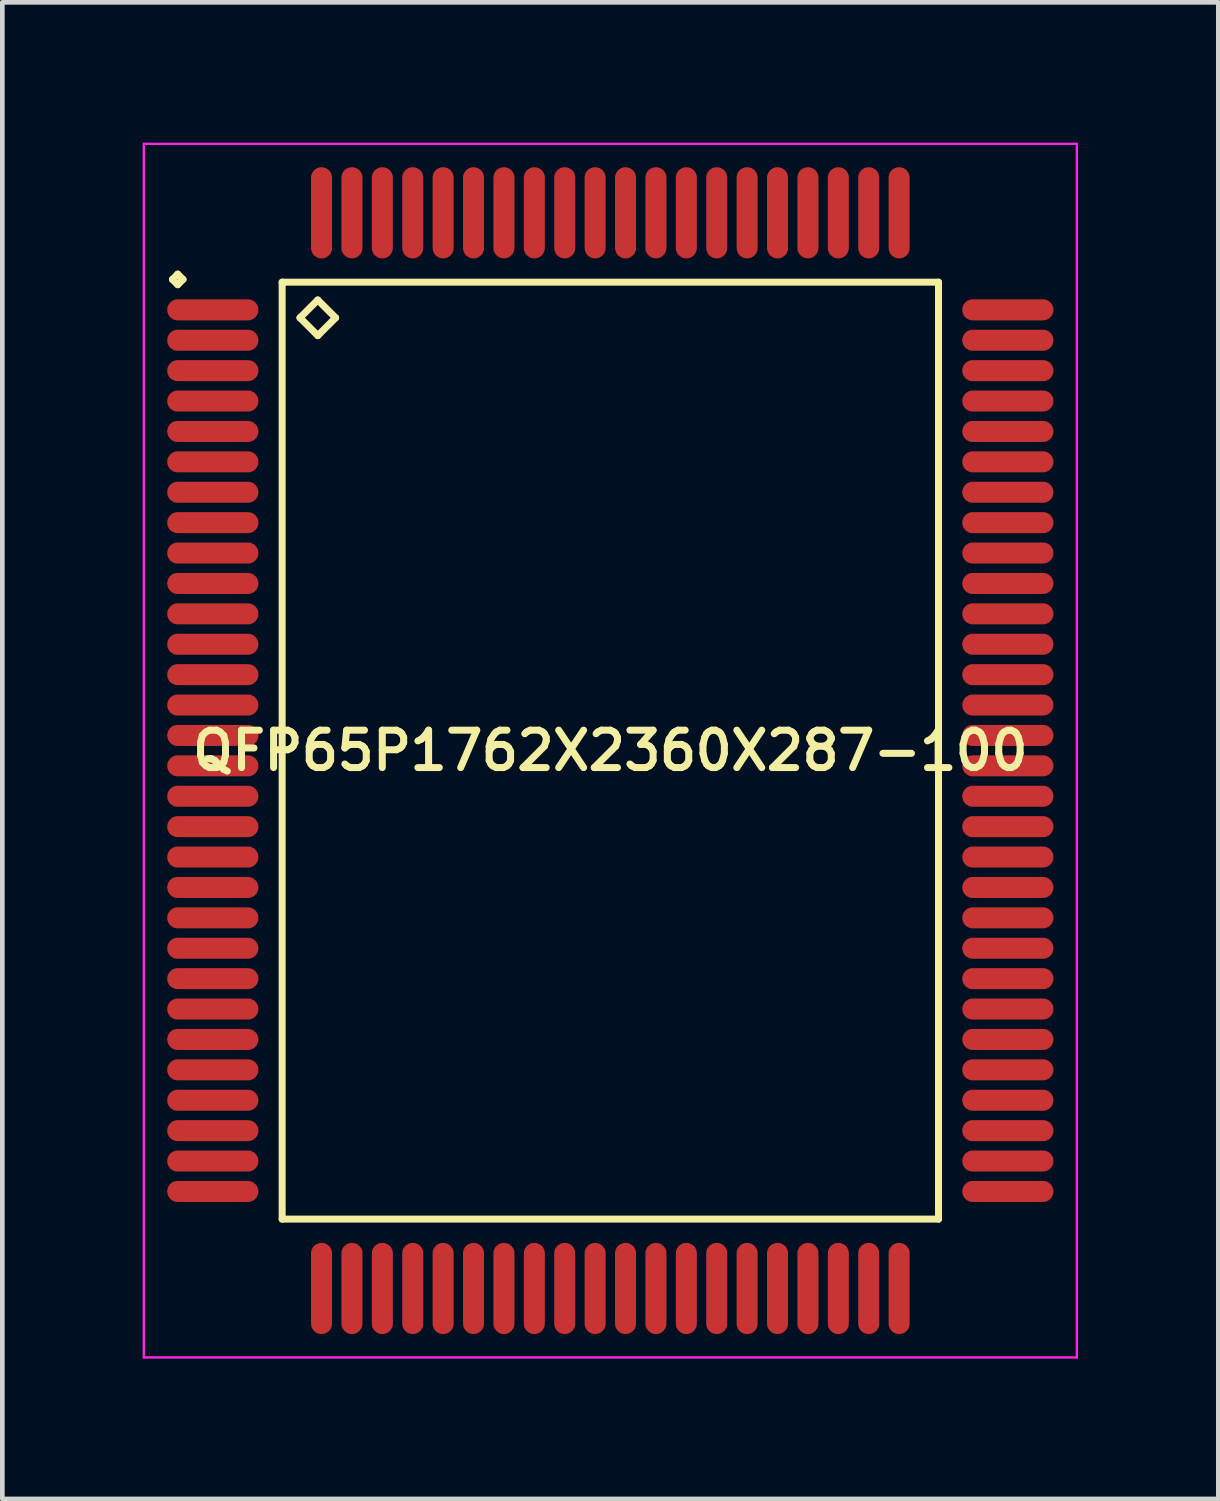
<source format=kicad_pcb>
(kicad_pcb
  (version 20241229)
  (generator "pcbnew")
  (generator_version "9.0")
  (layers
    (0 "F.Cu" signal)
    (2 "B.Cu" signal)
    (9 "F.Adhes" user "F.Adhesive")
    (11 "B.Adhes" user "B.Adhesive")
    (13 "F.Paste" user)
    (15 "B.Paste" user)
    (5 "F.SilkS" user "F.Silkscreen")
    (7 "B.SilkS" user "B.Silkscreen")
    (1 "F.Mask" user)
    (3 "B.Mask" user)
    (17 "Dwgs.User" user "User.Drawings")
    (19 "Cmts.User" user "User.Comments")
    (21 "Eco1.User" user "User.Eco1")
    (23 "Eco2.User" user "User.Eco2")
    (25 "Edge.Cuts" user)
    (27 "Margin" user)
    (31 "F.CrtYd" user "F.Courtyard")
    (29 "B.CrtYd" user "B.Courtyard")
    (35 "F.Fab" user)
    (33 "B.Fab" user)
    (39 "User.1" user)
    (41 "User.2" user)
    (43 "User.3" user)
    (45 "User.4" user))
  (footprint "QFP65P1762X2360X287-100"
    (layer "F.Cu")
    (at 10 13)
    (property "Reference" "QFP65P1762X2360X287-100" (at 0 0 0) (layer "F.SilkS") (effects (font (size 0.8 0.8) (thickness 0.15))))
    (attr smd)
    (fp_line (start -9.363 -10.075) (end -9.25 -10.188) (stroke (width 0.15) (type solid)) (layer "F.SilkS"))
    (fp_line (start -9.25 -10.188) (end -9.137 -10.075) (stroke (width 0.15) (type solid)) (layer "F.SilkS"))
    (fp_line (start -9.25 -9.963) (end -9.363 -10.075) (stroke (width 0.15) (type solid)) (layer "F.SilkS"))
    (fp_line (start -9.137 -10.075) (end -9.25 -9.963) (stroke (width 0.15) (type solid)) (layer "F.SilkS"))
    (fp_line (start -7.017 -10.017) (end -7.017 10.017) (stroke (width 0.15) (type solid)) (layer "F.SilkS"))
    (fp_line (start -7.017 10.017) (end 7.017 10.017) (stroke (width 0.15) (type solid)) (layer "F.SilkS"))
    (fp_line (start -6.636 -9.255) (end -6.255 -9.636) (stroke (width 0.15) (type solid)) (layer "F.SilkS"))
    (fp_line (start -6.255 -9.636) (end -5.874 -9.255) (stroke (width 0.15) (type solid)) (layer "F.SilkS"))
    (fp_line (start -6.255 -8.874) (end -6.636 -9.255) (stroke (width 0.15) (type solid)) (layer "F.SilkS"))
    (fp_line (start -5.874 -9.255) (end -6.255 -8.874) (stroke (width 0.15) (type solid)) (layer "F.SilkS"))
    (fp_line (start 7.017 -10.017) (end -7.017 -10.017) (stroke (width 0.15) (type solid)) (layer "F.SilkS"))
    (fp_line (start 7.017 10.017) (end 7.017 -10.017) (stroke (width 0.15) (type solid)) (layer "F.SilkS"))
    (fp_line (start -9.975 -12.975) (end 9.975 -12.975) (stroke (width 0.05) (type solid)) (layer "F.CrtYd"))
    (fp_line (start -9.975 12.975) (end -9.975 -12.975) (stroke (width 0.05) (type solid)) (layer "F.CrtYd"))
    (fp_line (start 9.975 -12.975) (end 9.975 12.975) (stroke (width 0.05) (type solid)) (layer "F.CrtYd"))
    (fp_line (start 9.975 12.975) (end -9.975 12.975) (stroke (width 0.05) (type solid)) (layer "F.CrtYd"))
    (pad "1" smd oval (at -8.5 -9.425) (size 1.95 0.45) (layers "F.Cu" "F.Mask" "F.Paste"))
    (pad "2" smd oval (at -8.5 -8.775) (size 1.95 0.45) (layers "F.Cu" "F.Mask" "F.Paste"))
    (pad "3" smd oval (at -8.5 -8.125) (size 1.95 0.45) (layers "F.Cu" "F.Mask" "F.Paste"))
    (pad "4" smd oval (at -8.5 -7.475) (size 1.95 0.45) (layers "F.Cu" "F.Mask" "F.Paste"))
    (pad "5" smd oval (at -8.5 -6.825) (size 1.95 0.45) (layers "F.Cu" "F.Mask" "F.Paste"))
    (pad "6" smd oval (at -8.5 -6.175) (size 1.95 0.45) (layers "F.Cu" "F.Mask" "F.Paste"))
    (pad "7" smd oval (at -8.5 -5.525) (size 1.95 0.45) (layers "F.Cu" "F.Mask" "F.Paste"))
    (pad "8" smd oval (at -8.5 -4.875) (size 1.95 0.45) (layers "F.Cu" "F.Mask" "F.Paste"))
    (pad "9" smd oval (at -8.5 -4.225) (size 1.95 0.45) (layers "F.Cu" "F.Mask" "F.Paste"))
    (pad "10" smd oval (at -8.5 -3.575) (size 1.95 0.45) (layers "F.Cu" "F.Mask" "F.Paste"))
    (pad "11" smd oval (at -8.5 -2.925) (size 1.95 0.45) (layers "F.Cu" "F.Mask" "F.Paste"))
    (pad "12" smd oval (at -8.5 -2.275) (size 1.95 0.45) (layers "F.Cu" "F.Mask" "F.Paste"))
    (pad "13" smd oval (at -8.5 -1.625) (size 1.95 0.45) (layers "F.Cu" "F.Mask" "F.Paste"))
    (pad "14" smd oval (at -8.5 -0.975) (size 1.95 0.45) (layers "F.Cu" "F.Mask" "F.Paste"))
    (pad "15" smd oval (at -8.5 -0.325) (size 1.95 0.45) (layers "F.Cu" "F.Mask" "F.Paste"))
    (pad "16" smd oval (at -8.5 0.325) (size 1.95 0.45) (layers "F.Cu" "F.Mask" "F.Paste"))
    (pad "17" smd oval (at -8.5 0.975) (size 1.95 0.45) (layers "F.Cu" "F.Mask" "F.Paste"))
    (pad "18" smd oval (at -8.5 1.625) (size 1.95 0.45) (layers "F.Cu" "F.Mask" "F.Paste"))
    (pad "19" smd oval (at -8.5 2.275) (size 1.95 0.45) (layers "F.Cu" "F.Mask" "F.Paste"))
    (pad "20" smd oval (at -8.5 2.925) (size 1.95 0.45) (layers "F.Cu" "F.Mask" "F.Paste"))
    (pad "21" smd oval (at -8.5 3.575) (size 1.95 0.45) (layers "F.Cu" "F.Mask" "F.Paste"))
    (pad "22" smd oval (at -8.5 4.225) (size 1.95 0.45) (layers "F.Cu" "F.Mask" "F.Paste"))
    (pad "23" smd oval (at -8.5 4.875) (size 1.95 0.45) (layers "F.Cu" "F.Mask" "F.Paste"))
    (pad "24" smd oval (at -8.5 5.525) (size 1.95 0.45) (layers "F.Cu" "F.Mask" "F.Paste"))
    (pad "25" smd oval (at -8.5 6.175) (size 1.95 0.45) (layers "F.Cu" "F.Mask" "F.Paste"))
    (pad "26" smd oval (at -8.5 6.825) (size 1.95 0.45) (layers "F.Cu" "F.Mask" "F.Paste"))
    (pad "27" smd oval (at -8.5 7.475) (size 1.95 0.45) (layers "F.Cu" "F.Mask" "F.Paste"))
    (pad "28" smd oval (at -8.5 8.125) (size 1.95 0.45) (layers "F.Cu" "F.Mask" "F.Paste"))
    (pad "29" smd oval (at -8.5 8.775) (size 1.95 0.45) (layers "F.Cu" "F.Mask" "F.Paste"))
    (pad "30" smd oval (at -8.5 9.425) (size 1.95 0.45) (layers "F.Cu" "F.Mask" "F.Paste"))
    (pad "31" smd oval (at -6.175 11.5) (size 0.45 1.95) (layers "F.Cu" "F.Mask" "F.Paste"))
    (pad "32" smd oval (at -5.525 11.5) (size 0.45 1.95) (layers "F.Cu" "F.Mask" "F.Paste"))
    (pad "33" smd oval (at -4.875 11.5) (size 0.45 1.95) (layers "F.Cu" "F.Mask" "F.Paste"))
    (pad "34" smd oval (at -4.225 11.5) (size 0.45 1.95) (layers "F.Cu" "F.Mask" "F.Paste"))
    (pad "35" smd oval (at -3.575 11.5) (size 0.45 1.95) (layers "F.Cu" "F.Mask" "F.Paste"))
    (pad "36" smd oval (at -2.925 11.5) (size 0.45 1.95) (layers "F.Cu" "F.Mask" "F.Paste"))
    (pad "37" smd oval (at -2.275 11.5) (size 0.45 1.95) (layers "F.Cu" "F.Mask" "F.Paste"))
    (pad "38" smd oval (at -1.625 11.5) (size 0.45 1.95) (layers "F.Cu" "F.Mask" "F.Paste"))
    (pad "39" smd oval (at -0.975 11.5) (size 0.45 1.95) (layers "F.Cu" "F.Mask" "F.Paste"))
    (pad "40" smd oval (at -0.325 11.5) (size 0.45 1.95) (layers "F.Cu" "F.Mask" "F.Paste"))
    (pad "41" smd oval (at 0.325 11.5) (size 0.45 1.95) (layers "F.Cu" "F.Mask" "F.Paste"))
    (pad "42" smd oval (at 0.975 11.5) (size 0.45 1.95) (layers "F.Cu" "F.Mask" "F.Paste"))
    (pad "43" smd oval (at 1.625 11.5) (size 0.45 1.95) (layers "F.Cu" "F.Mask" "F.Paste"))
    (pad "44" smd oval (at 2.275 11.5) (size 0.45 1.95) (layers "F.Cu" "F.Mask" "F.Paste"))
    (pad "45" smd oval (at 2.925 11.5) (size 0.45 1.95) (layers "F.Cu" "F.Mask" "F.Paste"))
    (pad "46" smd oval (at 3.575 11.5) (size 0.45 1.95) (layers "F.Cu" "F.Mask" "F.Paste"))
    (pad "47" smd oval (at 4.225 11.5) (size 0.45 1.95) (layers "F.Cu" "F.Mask" "F.Paste"))
    (pad "48" smd oval (at 4.875 11.5) (size 0.45 1.95) (layers "F.Cu" "F.Mask" "F.Paste"))
    (pad "49" smd oval (at 5.525 11.5) (size 0.45 1.95) (layers "F.Cu" "F.Mask" "F.Paste"))
    (pad "50" smd oval (at 6.175 11.5) (size 0.45 1.95) (layers "F.Cu" "F.Mask" "F.Paste"))
    (pad "51" smd oval (at 8.5 9.425) (size 1.95 0.45) (layers "F.Cu" "F.Mask" "F.Paste"))
    (pad "52" smd oval (at 8.5 8.775) (size 1.95 0.45) (layers "F.Cu" "F.Mask" "F.Paste"))
    (pad "53" smd oval (at 8.5 8.125) (size 1.95 0.45) (layers "F.Cu" "F.Mask" "F.Paste"))
    (pad "54" smd oval (at 8.5 7.475) (size 1.95 0.45) (layers "F.Cu" "F.Mask" "F.Paste"))
    (pad "55" smd oval (at 8.5 6.825) (size 1.95 0.45) (layers "F.Cu" "F.Mask" "F.Paste"))
    (pad "56" smd oval (at 8.5 6.175) (size 1.95 0.45) (layers "F.Cu" "F.Mask" "F.Paste"))
    (pad "57" smd oval (at 8.5 5.525) (size 1.95 0.45) (layers "F.Cu" "F.Mask" "F.Paste"))
    (pad "58" smd oval (at 8.5 4.875) (size 1.95 0.45) (layers "F.Cu" "F.Mask" "F.Paste"))
    (pad "59" smd oval (at 8.5 4.225) (size 1.95 0.45) (layers "F.Cu" "F.Mask" "F.Paste"))
    (pad "60" smd oval (at 8.5 3.575) (size 1.95 0.45) (layers "F.Cu" "F.Mask" "F.Paste"))
    (pad "61" smd oval (at 8.5 2.925) (size 1.95 0.45) (layers "F.Cu" "F.Mask" "F.Paste"))
    (pad "62" smd oval (at 8.5 2.275) (size 1.95 0.45) (layers "F.Cu" "F.Mask" "F.Paste"))
    (pad "63" smd oval (at 8.5 1.625) (size 1.95 0.45) (layers "F.Cu" "F.Mask" "F.Paste"))
    (pad "64" smd oval (at 8.5 0.975) (size 1.95 0.45) (layers "F.Cu" "F.Mask" "F.Paste"))
    (pad "65" smd oval (at 8.5 0.325) (size 1.95 0.45) (layers "F.Cu" "F.Mask" "F.Paste"))
    (pad "66" smd oval (at 8.5 -0.325) (size 1.95 0.45) (layers "F.Cu" "F.Mask" "F.Paste"))
    (pad "67" smd oval (at 8.5 -0.975) (size 1.95 0.45) (layers "F.Cu" "F.Mask" "F.Paste"))
    (pad "68" smd oval (at 8.5 -1.625) (size 1.95 0.45) (layers "F.Cu" "F.Mask" "F.Paste"))
    (pad "69" smd oval (at 8.5 -2.275) (size 1.95 0.45) (layers "F.Cu" "F.Mask" "F.Paste"))
    (pad "70" smd oval (at 8.5 -2.925) (size 1.95 0.45) (layers "F.Cu" "F.Mask" "F.Paste"))
    (pad "71" smd oval (at 8.5 -3.575) (size 1.95 0.45) (layers "F.Cu" "F.Mask" "F.Paste"))
    (pad "72" smd oval (at 8.5 -4.225) (size 1.95 0.45) (layers "F.Cu" "F.Mask" "F.Paste"))
    (pad "73" smd oval (at 8.5 -4.875) (size 1.95 0.45) (layers "F.Cu" "F.Mask" "F.Paste"))
    (pad "74" smd oval (at 8.5 -5.525) (size 1.95 0.45) (layers "F.Cu" "F.Mask" "F.Paste"))
    (pad "75" smd oval (at 8.5 -6.175) (size 1.95 0.45) (layers "F.Cu" "F.Mask" "F.Paste"))
    (pad "76" smd oval (at 8.5 -6.825) (size 1.95 0.45) (layers "F.Cu" "F.Mask" "F.Paste"))
    (pad "77" smd oval (at 8.5 -7.475) (size 1.95 0.45) (layers "F.Cu" "F.Mask" "F.Paste"))
    (pad "78" smd oval (at 8.5 -8.125) (size 1.95 0.45) (layers "F.Cu" "F.Mask" "F.Paste"))
    (pad "79" smd oval (at 8.5 -8.775) (size 1.95 0.45) (layers "F.Cu" "F.Mask" "F.Paste"))
    (pad "80" smd oval (at 8.5 -9.425) (size 1.95 0.45) (layers "F.Cu" "F.Mask" "F.Paste"))
    (pad "81" smd oval (at 6.175 -11.5) (size 0.45 1.95) (layers "F.Cu" "F.Mask" "F.Paste"))
    (pad "82" smd oval (at 5.525 -11.5) (size 0.45 1.95) (layers "F.Cu" "F.Mask" "F.Paste"))
    (pad "83" smd oval (at 4.875 -11.5) (size 0.45 1.95) (layers "F.Cu" "F.Mask" "F.Paste"))
    (pad "84" smd oval (at 4.225 -11.5) (size 0.45 1.95) (layers "F.Cu" "F.Mask" "F.Paste"))
    (pad "85" smd oval (at 3.575 -11.5) (size 0.45 1.95) (layers "F.Cu" "F.Mask" "F.Paste"))
    (pad "86" smd oval (at 2.925 -11.5) (size 0.45 1.95) (layers "F.Cu" "F.Mask" "F.Paste"))
    (pad "87" smd oval (at 2.275 -11.5) (size 0.45 1.95) (layers "F.Cu" "F.Mask" "F.Paste"))
    (pad "88" smd oval (at 1.625 -11.5) (size 0.45 1.95) (layers "F.Cu" "F.Mask" "F.Paste"))
    (pad "89" smd oval (at 0.975 -11.5) (size 0.45 1.95) (layers "F.Cu" "F.Mask" "F.Paste"))
    (pad "90" smd oval (at 0.325 -11.5) (size 0.45 1.95) (layers "F.Cu" "F.Mask" "F.Paste"))
    (pad "91" smd oval (at -0.325 -11.5) (size 0.45 1.95) (layers "F.Cu" "F.Mask" "F.Paste"))
    (pad "92" smd oval (at -0.975 -11.5) (size 0.45 1.95) (layers "F.Cu" "F.Mask" "F.Paste"))
    (pad "93" smd oval (at -1.625 -11.5) (size 0.45 1.95) (layers "F.Cu" "F.Mask" "F.Paste"))
    (pad "94" smd oval (at -2.275 -11.5) (size 0.45 1.95) (layers "F.Cu" "F.Mask" "F.Paste"))
    (pad "95" smd oval (at -2.925 -11.5) (size 0.45 1.95) (layers "F.Cu" "F.Mask" "F.Paste"))
    (pad "96" smd oval (at -3.575 -11.5) (size 0.45 1.95) (layers "F.Cu" "F.Mask" "F.Paste"))
    (pad "97" smd oval (at -4.225 -11.5) (size 0.45 1.95) (layers "F.Cu" "F.Mask" "F.Paste"))
    (pad "98" smd oval (at -4.875 -11.5) (size 0.45 1.95) (layers "F.Cu" "F.Mask" "F.Paste"))
    (pad "99" smd oval (at -5.525 -11.5) (size 0.45 1.95) (layers "F.Cu" "F.Mask" "F.Paste"))
    (pad "100" smd oval (at -6.175 -11.5) (size 0.45 1.95) (layers "F.Cu" "F.Mask" "F.Paste")))
  (gr_rect
    (start -3 -3)
    (end 23 29)
    (stroke (width 0.1) (type default))
    (fill no)
    (layer "Edge.Cuts")))
</source>
